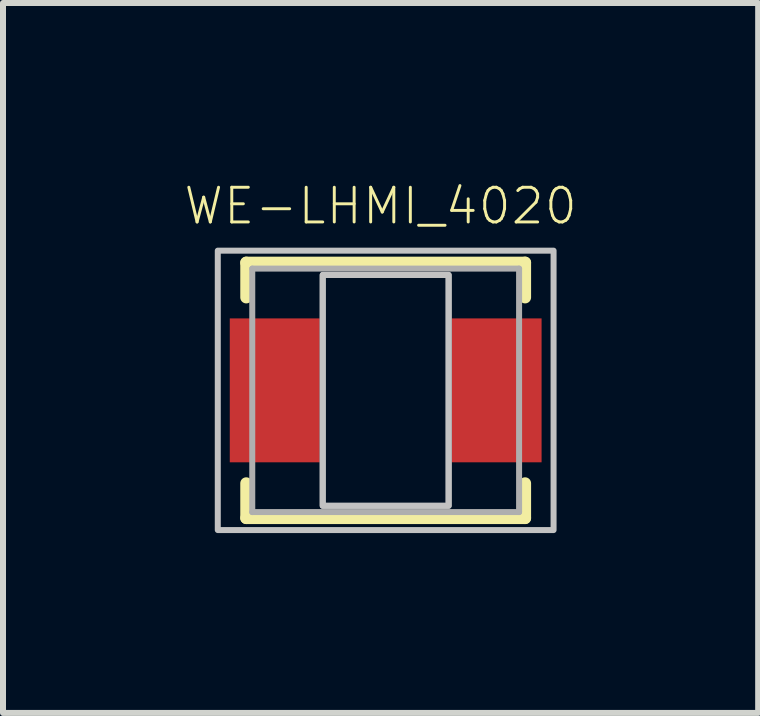
<source format=kicad_pcb>
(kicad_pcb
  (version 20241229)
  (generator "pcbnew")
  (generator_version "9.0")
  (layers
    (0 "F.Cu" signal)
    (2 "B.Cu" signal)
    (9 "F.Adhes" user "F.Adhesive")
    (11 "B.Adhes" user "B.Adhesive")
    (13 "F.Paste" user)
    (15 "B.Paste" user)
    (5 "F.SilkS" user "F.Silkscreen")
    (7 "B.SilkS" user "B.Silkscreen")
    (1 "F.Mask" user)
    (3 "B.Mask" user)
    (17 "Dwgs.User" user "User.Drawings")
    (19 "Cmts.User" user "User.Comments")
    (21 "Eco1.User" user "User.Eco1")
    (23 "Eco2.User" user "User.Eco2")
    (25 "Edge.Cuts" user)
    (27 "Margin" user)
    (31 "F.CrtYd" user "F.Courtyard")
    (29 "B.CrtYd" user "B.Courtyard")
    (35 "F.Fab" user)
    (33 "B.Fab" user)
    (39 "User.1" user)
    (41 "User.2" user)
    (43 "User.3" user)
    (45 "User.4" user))
  (footprint "WE-LHMI_4020"
    (layer "F.Cu")
    (at 3.382 3.46)
    (property "Reference" "WE-LHMI_4020" (at -0.085 -2.735 0) (layer "F.SilkS") (effects (font (size 0.579 0.579) (thickness 0.049)) (justify bottom)))
    (attr through_hole)
    (fp_line (start -2.325 -2.13) (end 2.325 -2.13) (stroke (width 0.2) (type solid)) (layer "F.SilkS"))
    (fp_line (start -2.325 -1.55) (end -2.325 -2.13) (stroke (width 0.2) (type solid)) (layer "F.SilkS"))
    (fp_line (start -2.325 1.55) (end -2.325 2.13) (stroke (width 0.2) (type solid)) (layer "F.SilkS"))
    (fp_line (start -2.325 2.13) (end 2.325 2.13) (stroke (width 0.2) (type solid)) (layer "F.SilkS"))
    (fp_line (start 2.325 -2.13) (end 2.325 -1.55) (stroke (width 0.2) (type solid)) (layer "F.SilkS"))
    (fp_line (start 2.325 2.13) (end 2.325 1.55) (stroke (width 0.2) (type solid)) (layer "F.SilkS"))
    (fp_poly (pts (xy -2.8 -2.33) (xy 2.8 -2.33) (xy 2.8 2.33) (xy -2.8 2.33)) (stroke (width 0.1) (type solid)) (fill no) (layer "Dwgs.User"))
    (fp_poly (pts (xy -1.05 -1.925) (xy 1.05 -1.925) (xy 1.05 1.925) (xy -1.05 1.925)) (stroke (width 0.1) (type solid)) (fill no) (layer "Dwgs.User"))
    (fp_poly (pts (xy -1.05 -1.925) (xy 1.05 -1.925) (xy 1.05 1.925) (xy -1.05 1.925)) (stroke (width 0.1) (type solid)) (fill no) (layer "Dwgs.User"))
    (fp_line (start -2.225 -2.03) (end -2.225 2.03) (stroke (width 0.1) (type solid)) (layer "F.Fab"))
    (fp_line (start -2.225 2.03) (end 2.225 2.03) (stroke (width 0.1) (type solid)) (layer "F.Fab"))
    (fp_line (start 2.225 -2.03) (end -2.225 -2.03) (stroke (width 0.1) (type solid)) (layer "F.Fab"))
    (fp_line (start 2.225 2.03) (end 2.225 -2.03) (stroke (width 0.1) (type solid)) (layer "F.Fab"))
    (pad "1" smd rect (at -1.85 0) (size 1.5 2.4) (layers "F.Cu" "F.Mask" "F.Paste"))
    (pad "2" smd rect (at 1.85 0) (size 1.5 2.4) (layers "F.Cu" "F.Mask" "F.Paste")))
  (gr_rect
    (start -3 -3)
    (end 9.594 8.84)
    (stroke (width 0.1) (type default))
    (fill no)
    (layer "Edge.Cuts")))
</source>
